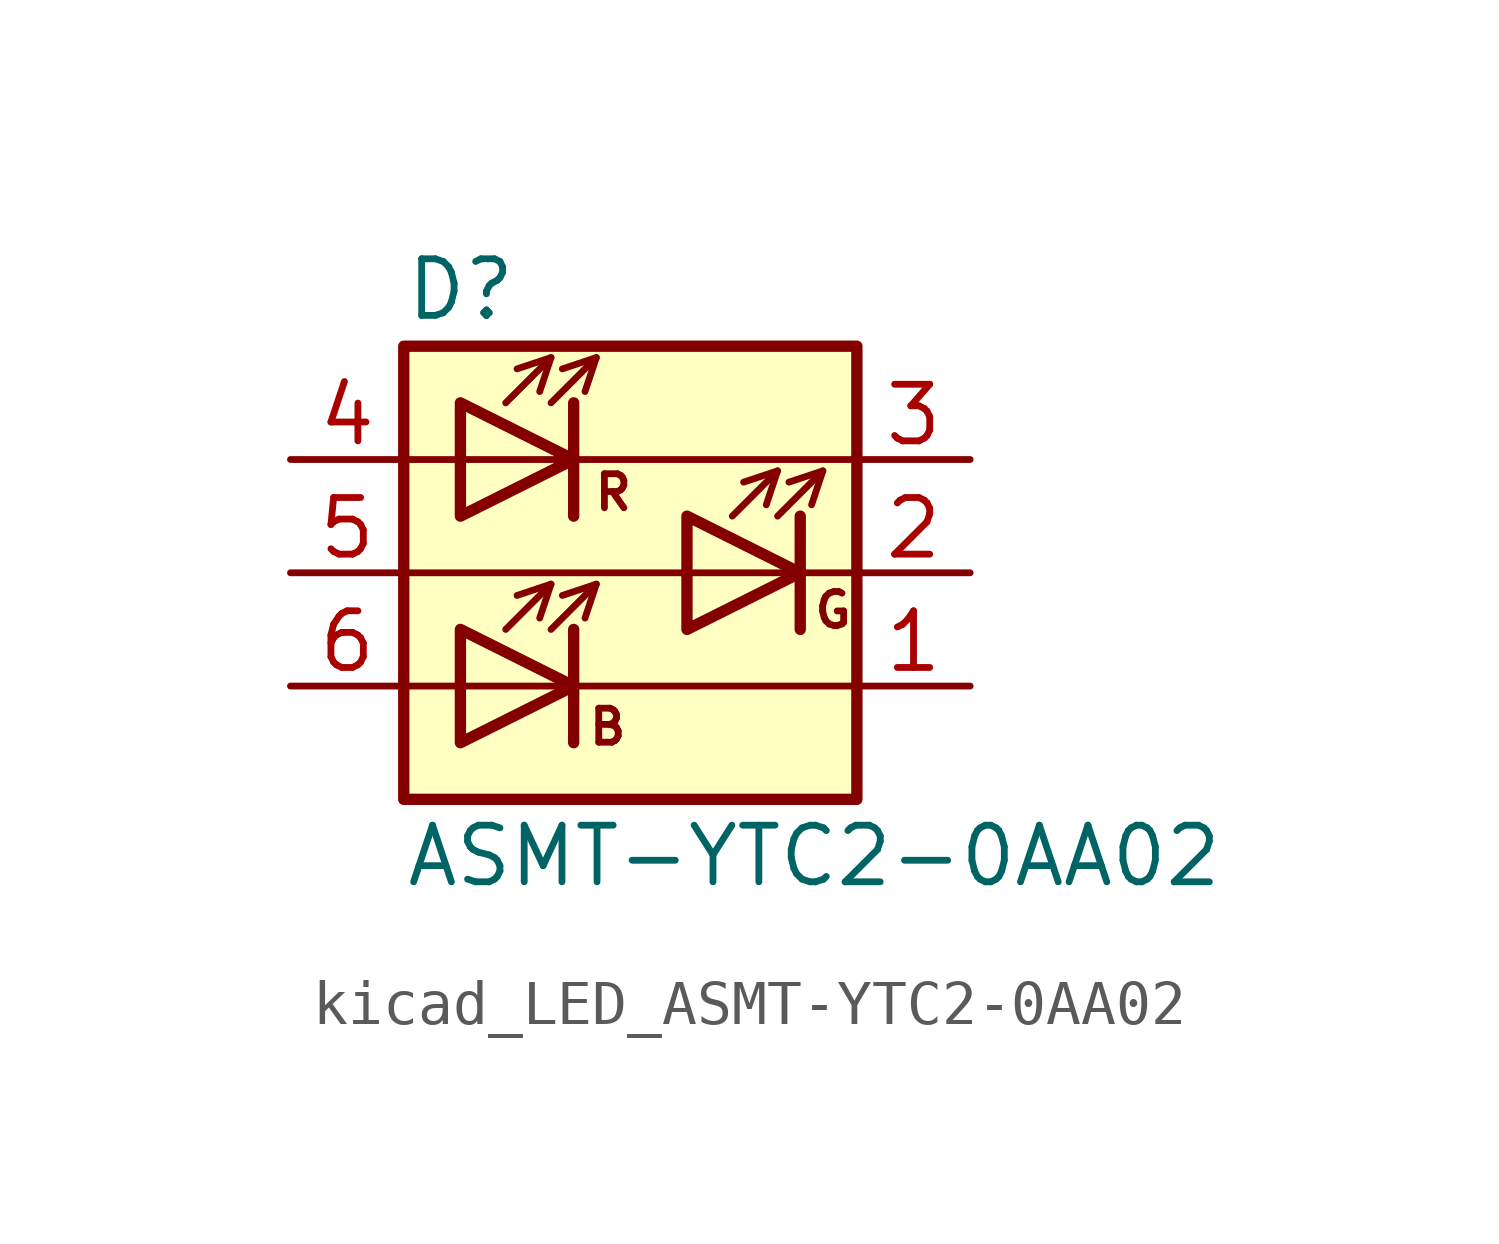
<source format=kicad_sym>
(kicad_symbol_lib
  (version 20220914)
  (generator kicad_symbol_editor)
  (symbol "kicad_LED_ASMT-YTC2-0AA02"
    (pin_names hide)
    (property "Reference" "D"
      (at -5.08 6.35 0)
      (effects (font (size 1.27 1.27)) (justify left)))
    (property "Value" "ASMT-YTC2-0AA02"
      (at -5.08 -6.35 0)
      (effects (font (size 1.27 1.27)) (justify left)))
    (symbol "kicad_LED_ASMT-YTC2-0AA02_0_0"
      (text "B" (at -0.508 -3.454 0) (effects (font (size 0.762 0.762))))
      (text "G" (at 4.547 -0.838 0) (effects (font (size 0.762 0.762))))
      (text "R" (at -0.381 1.803 0) (effects (font (size 0.762 0.762)))))
    (symbol "kicad_LED_ASMT-YTC2-0AA02_0_1"
      (rectangle (start -5.08 5.08) (end 5.08 -5.08) (stroke (width 0.254) (type default)) (fill (type background)))
      (polyline (pts (xy -5.08 -2.54) (xy 5.08 -2.54)) (stroke (width 0) (type default)) (fill (type none)))
      (polyline (pts (xy -5.08 0) (xy 5.08 0)) (stroke (width 0) (type default)) (fill (type none)))
      (polyline (pts (xy -5.08 2.54) (xy 5.08 2.54)) (stroke (width 0) (type default)) (fill (type none)))
      (polyline (pts (xy -2.794 -1.27) (xy -1.778 -0.254)) (stroke (width 0) (type default)) (fill (type none)))
      (polyline (pts (xy -2.794 3.81) (xy -1.778 4.826)) (stroke (width 0) (type default)) (fill (type none)))
      (polyline (pts (xy -1.778 -1.27) (xy -0.762 -0.254)) (stroke (width 0) (type default)) (fill (type none)))
      (polyline (pts (xy -1.778 3.81) (xy -0.762 4.826)) (stroke (width 0) (type default)) (fill (type none)))
      (polyline (pts (xy -1.27 -1.27) (xy -1.27 -3.81)) (stroke (width 0.254) (type default)) (fill (type none)))
      (polyline (pts (xy -1.27 3.81) (xy -1.27 1.27)) (stroke (width 0.254) (type default)) (fill (type none)))
      (polyline (pts (xy 2.286 1.27) (xy 3.302 2.286)) (stroke (width 0) (type default)) (fill (type none)))
      (polyline (pts (xy 3.302 1.27) (xy 4.318 2.286)) (stroke (width 0) (type default)) (fill (type none)))
      (polyline (pts (xy 3.81 1.27) (xy 3.81 -1.27)) (stroke (width 0.254) (type default)) (fill (type none)))
      (polyline (pts (xy -2.54 4.572) (xy -1.778 4.826) (xy -2.032 4.064)) (stroke (width 0) (type default)) (fill (type none)))
      (polyline (pts (xy -2.032 -1.016) (xy -1.778 -0.254) (xy -2.54 -0.508)) (stroke (width 0) (type default)) (fill (type none)))
      (polyline (pts (xy -1.524 -0.508) (xy -0.762 -0.254) (xy -1.016 -1.016)) (stroke (width 0) (type default)) (fill (type none)))
      (polyline (pts (xy -1.524 4.572) (xy -0.762 4.826) (xy -1.016 4.064)) (stroke (width 0) (type default)) (fill (type none)))
      (polyline (pts (xy 3.048 1.524) (xy 3.302 2.286) (xy 2.54 2.032)) (stroke (width 0) (type default)) (fill (type none)))
      (polyline (pts (xy 3.556 2.032) (xy 4.318 2.286) (xy 4.064 1.524)) (stroke (width 0) (type default)) (fill (type none)))
      (polyline (pts (xy -3.81 -1.27) (xy -3.81 -3.81) (xy -1.27 -2.54) (xy -3.81 -1.27)) (stroke (width 0.254) (type default)) (fill (type none)))
      (polyline (pts (xy -3.81 3.81) (xy -3.81 1.27) (xy -1.27 2.54) (xy -3.81 3.81)) (stroke (width 0.254) (type default)) (fill (type none)))
      (polyline (pts (xy 1.27 1.27) (xy 1.27 -1.27) (xy 3.81 0) (xy 1.27 1.27)) (stroke (width 0.254) (type default)) (fill (type none))))
    (symbol "kicad_LED_ASMT-YTC2-0AA02_1_1"
      (pin passive line (at 7.62 -2.54 180) (length 2.54) (name "KB" (effects (font (size 1.27 1.27)))) (number "1" (effects (font (size 1.27 1.27)))))
      (pin passive line (at 7.62 0 180) (length 2.54) (name "KG" (effects (font (size 1.27 1.27)))) (number "2" (effects (font (size 1.27 1.27)))))
      (pin passive line (at 7.62 2.54 180) (length 2.54) (name "KR" (effects (font (size 1.27 1.27)))) (number "3" (effects (font (size 1.27 1.27)))))
      (pin passive line (at -7.62 2.54 0) (length 2.54) (name "AR" (effects (font (size 1.27 1.27)))) (number "4" (effects (font (size 1.27 1.27)))))
      (pin passive line (at -7.62 0 0) (length 2.54) (name "AG" (effects (font (size 1.27 1.27)))) (number "5" (effects (font (size 1.27 1.27)))))
      (pin passive line (at -7.62 -2.54 0) (length 2.54) (name "AB" (effects (font (size 1.27 1.27)))) (number "6" (effects (font (size 1.27 1.27))))))))
</source>
